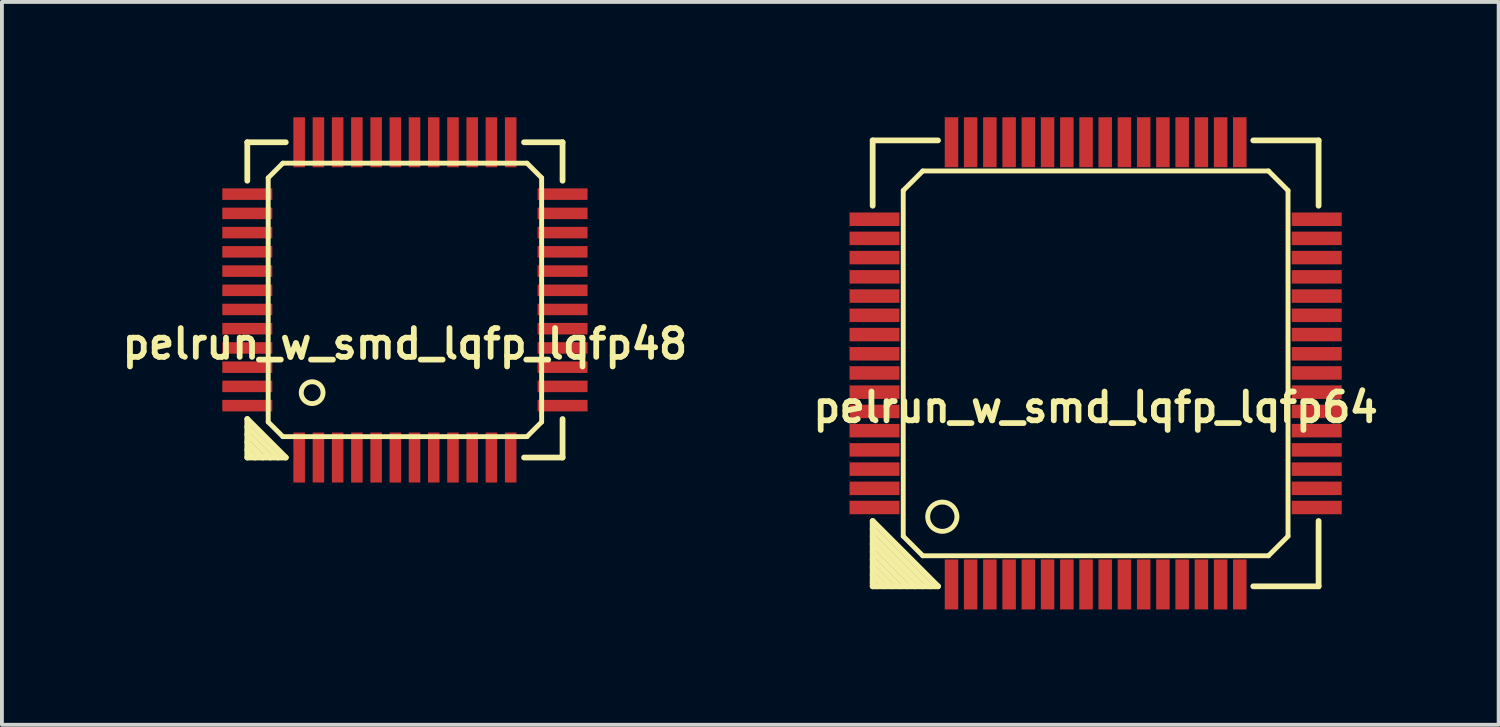
<source format=kicad_pcb>
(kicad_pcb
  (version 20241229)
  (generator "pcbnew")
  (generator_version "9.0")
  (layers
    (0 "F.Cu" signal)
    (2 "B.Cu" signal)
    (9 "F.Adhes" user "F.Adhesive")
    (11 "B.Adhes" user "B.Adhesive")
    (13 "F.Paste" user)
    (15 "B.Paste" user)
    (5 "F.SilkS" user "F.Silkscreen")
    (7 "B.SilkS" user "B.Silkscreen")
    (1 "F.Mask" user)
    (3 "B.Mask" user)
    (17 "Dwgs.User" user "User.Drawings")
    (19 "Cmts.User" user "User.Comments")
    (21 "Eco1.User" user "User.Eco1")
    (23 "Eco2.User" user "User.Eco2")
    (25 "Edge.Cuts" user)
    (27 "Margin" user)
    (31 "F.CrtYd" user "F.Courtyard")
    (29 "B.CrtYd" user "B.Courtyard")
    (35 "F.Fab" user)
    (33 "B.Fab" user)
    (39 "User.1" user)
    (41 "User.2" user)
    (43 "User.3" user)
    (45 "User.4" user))
  (footprint "pelrun_w_smd_lqfp_lqfp48"
    (layer "F.Cu")
    (at 7.482 4.75)
    (property "Reference" "pelrun_w_smd_lqfp_lqfp48" (at 0 1.143 0) (layer "F.SilkS") (effects (font (size 0.749 0.749) (thickness 0.15))))
    (attr through_hole)
    (fp_line (start -4.1 -4.1) (end -3.099 -4.1) (stroke (width 0.15) (type solid)) (layer "F.SilkS"))
    (fp_line (start -4.1 -3.099) (end -4.1 -4.1) (stroke (width 0.15) (type solid)) (layer "F.SilkS"))
    (fp_line (start -4.1 3.099) (end -3.099 4.1) (stroke (width 0.15) (type solid)) (layer "F.SilkS"))
    (fp_line (start -4.1 3.5) (end -3.5 4.1) (stroke (width 0.15) (type solid)) (layer "F.SilkS"))
    (fp_line (start -4.1 3.899) (end -3.899 4.1) (stroke (width 0.15) (type solid)) (layer "F.SilkS"))
    (fp_line (start -4.1 4.1) (end -4.1 3.099) (stroke (width 0.15) (type solid)) (layer "F.SilkS"))
    (fp_line (start -3.701 4.1) (end -4.1 3.701) (stroke (width 0.15) (type solid)) (layer "F.SilkS"))
    (fp_line (start -3.556 -3.175) (end -3.175 -3.556) (stroke (width 0.127) (type solid)) (layer "F.SilkS"))
    (fp_line (start -3.556 3.175) (end -3.556 -3.175) (stroke (width 0.127) (type solid)) (layer "F.SilkS"))
    (fp_line (start -3.299 4.1) (end -4.1 3.299) (stroke (width 0.15) (type solid)) (layer "F.SilkS"))
    (fp_line (start -3.175 -3.556) (end 3.175 -3.556) (stroke (width 0.127) (type solid)) (layer "F.SilkS"))
    (fp_line (start -3.175 3.556) (end -3.556 3.175) (stroke (width 0.127) (type solid)) (layer "F.SilkS"))
    (fp_line (start -3.099 4.1) (end -4.1 4.1) (stroke (width 0.15) (type solid)) (layer "F.SilkS"))
    (fp_line (start 3.099 -4.1) (end 4.1 -4.1) (stroke (width 0.15) (type solid)) (layer "F.SilkS"))
    (fp_line (start 3.175 -3.556) (end 3.556 -3.175) (stroke (width 0.127) (type solid)) (layer "F.SilkS"))
    (fp_line (start 3.175 3.556) (end -3.175 3.556) (stroke (width 0.127) (type solid)) (layer "F.SilkS"))
    (fp_line (start 3.556 -3.175) (end 3.556 3.175) (stroke (width 0.127) (type solid)) (layer "F.SilkS"))
    (fp_line (start 3.556 3.175) (end 3.175 3.556) (stroke (width 0.127) (type solid)) (layer "F.SilkS"))
    (fp_line (start 4.1 -4.1) (end 4.1 -3.099) (stroke (width 0.15) (type solid)) (layer "F.SilkS"))
    (fp_line (start 4.1 3.099) (end 4.1 4.1) (stroke (width 0.15) (type solid)) (layer "F.SilkS"))
    (fp_line (start 4.1 4.1) (end 3.099 4.1) (stroke (width 0.15) (type solid)) (layer "F.SilkS"))
    (fp_circle (center -2.413 2.413) (end -2.667 2.54) (stroke (width 0.127) (type solid)) (fill no) (layer "F.SilkS"))
    (pad "1" smd rect (at -2.751 4.1) (size 0.3 1.3) (layers "F.Cu" "F.Mask" "F.Paste"))
    (pad "2" smd rect (at -2.25 4.1) (size 0.3 1.3) (layers "F.Cu" "F.Mask" "F.Paste"))
    (pad "3" smd rect (at -1.75 4.1) (size 0.3 1.3) (layers "F.Cu" "F.Mask" "F.Paste"))
    (pad "4" smd rect (at -1.25 4.1) (size 0.3 1.3) (layers "F.Cu" "F.Mask" "F.Paste"))
    (pad "5" smd rect (at -0.749 4.1) (size 0.3 1.3) (layers "F.Cu" "F.Mask" "F.Paste"))
    (pad "6" smd rect (at -0.249 4.1) (size 0.3 1.3) (layers "F.Cu" "F.Mask" "F.Paste"))
    (pad "7" smd rect (at 0.249 4.1) (size 0.3 1.3) (layers "F.Cu" "F.Mask" "F.Paste"))
    (pad "8" smd rect (at 0.749 4.1) (size 0.3 1.3) (layers "F.Cu" "F.Mask" "F.Paste"))
    (pad "9" smd rect (at 1.25 4.1) (size 0.3 1.3) (layers "F.Cu" "F.Mask" "F.Paste"))
    (pad "10" smd rect (at 1.75 4.1) (size 0.3 1.3) (layers "F.Cu" "F.Mask" "F.Paste"))
    (pad "11" smd rect (at 2.25 4.1) (size 0.3 1.3) (layers "F.Cu" "F.Mask" "F.Paste"))
    (pad "12" smd rect (at 2.751 4.1) (size 0.3 1.3) (layers "F.Cu" "F.Mask" "F.Paste"))
    (pad "13" smd rect (at 4.1 2.751) (size 1.3 0.3) (layers "F.Cu" "F.Mask" "F.Paste"))
    (pad "14" smd rect (at 4.1 2.25) (size 1.3 0.3) (layers "F.Cu" "F.Mask" "F.Paste"))
    (pad "15" smd rect (at 4.1 1.75) (size 1.3 0.3) (layers "F.Cu" "F.Mask" "F.Paste"))
    (pad "16" smd rect (at 4.1 1.25) (size 1.3 0.3) (layers "F.Cu" "F.Mask" "F.Paste"))
    (pad "17" smd rect (at 4.1 0.749) (size 1.3 0.3) (layers "F.Cu" "F.Mask" "F.Paste"))
    (pad "18" smd rect (at 4.1 0.249) (size 1.3 0.3) (layers "F.Cu" "F.Mask" "F.Paste"))
    (pad "19" smd rect (at 4.1 -0.249) (size 1.3 0.3) (layers "F.Cu" "F.Mask" "F.Paste"))
    (pad "20" smd rect (at 4.1 -0.749) (size 1.3 0.3) (layers "F.Cu" "F.Mask" "F.Paste"))
    (pad "21" smd rect (at 4.1 -1.25) (size 1.3 0.3) (layers "F.Cu" "F.Mask" "F.Paste"))
    (pad "22" smd rect (at 4.1 -1.75) (size 1.3 0.3) (layers "F.Cu" "F.Mask" "F.Paste"))
    (pad "23" smd rect (at 4.1 -2.25) (size 1.3 0.3) (layers "F.Cu" "F.Mask" "F.Paste"))
    (pad "24" smd rect (at 4.1 -2.751) (size 1.3 0.3) (layers "F.Cu" "F.Mask" "F.Paste"))
    (pad "25" smd rect (at 2.751 -4.1) (size 0.3 1.3) (layers "F.Cu" "F.Mask" "F.Paste"))
    (pad "26" smd rect (at 2.25 -4.1) (size 0.3 1.3) (layers "F.Cu" "F.Mask" "F.Paste"))
    (pad "27" smd rect (at 1.75 -4.1) (size 0.3 1.3) (layers "F.Cu" "F.Mask" "F.Paste"))
    (pad "28" smd rect (at 1.25 -4.1) (size 0.3 1.3) (layers "F.Cu" "F.Mask" "F.Paste"))
    (pad "29" smd rect (at 0.749 -4.1) (size 0.3 1.3) (layers "F.Cu" "F.Mask" "F.Paste"))
    (pad "30" smd rect (at 0.249 -4.1) (size 0.3 1.3) (layers "F.Cu" "F.Mask" "F.Paste"))
    (pad "31" smd rect (at -0.249 -4.1) (size 0.3 1.3) (layers "F.Cu" "F.Mask" "F.Paste"))
    (pad "32" smd rect (at -0.749 -4.1) (size 0.3 1.3) (layers "F.Cu" "F.Mask" "F.Paste"))
    (pad "33" smd rect (at -1.25 -4.1) (size 0.3 1.3) (layers "F.Cu" "F.Mask" "F.Paste"))
    (pad "34" smd rect (at -1.75 -4.1) (size 0.3 1.3) (layers "F.Cu" "F.Mask" "F.Paste"))
    (pad "35" smd rect (at -2.25 -4.1) (size 0.3 1.3) (layers "F.Cu" "F.Mask" "F.Paste"))
    (pad "36" smd rect (at -2.751 -4.1) (size 0.3 1.3) (layers "F.Cu" "F.Mask" "F.Paste"))
    (pad "37" smd rect (at -4.1 -2.751) (size 1.3 0.3) (layers "F.Cu" "F.Mask" "F.Paste"))
    (pad "38" smd rect (at -4.1 -2.25) (size 1.3 0.3) (layers "F.Cu" "F.Mask" "F.Paste"))
    (pad "39" smd rect (at -4.1 -1.75) (size 1.3 0.3) (layers "F.Cu" "F.Mask" "F.Paste"))
    (pad "40" smd rect (at -4.1 -1.25) (size 1.3 0.3) (layers "F.Cu" "F.Mask" "F.Paste"))
    (pad "41" smd rect (at -4.1 -0.749) (size 1.3 0.3) (layers "F.Cu" "F.Mask" "F.Paste"))
    (pad "42" smd rect (at -4.1 -0.249) (size 1.3 0.3) (layers "F.Cu" "F.Mask" "F.Paste"))
    (pad "43" smd rect (at -4.1 0.249) (size 1.3 0.3) (layers "F.Cu" "F.Mask" "F.Paste"))
    (pad "44" smd rect (at -4.1 0.749) (size 1.3 0.3) (layers "F.Cu" "F.Mask" "F.Paste"))
    (pad "45" smd rect (at -4.1 1.25) (size 1.3 0.3) (layers "F.Cu" "F.Mask" "F.Paste"))
    (pad "46" smd rect (at -4.1 1.75) (size 1.3 0.3) (layers "F.Cu" "F.Mask" "F.Paste"))
    (pad "47" smd rect (at -4.1 2.25) (size 1.3 0.3) (layers "F.Cu" "F.Mask" "F.Paste"))
    (pad "48" smd rect (at -4.1 2.751) (size 1.3 0.3) (layers "F.Cu" "F.Mask" "F.Paste")))
  (footprint "pelrun_w_smd_lqfp_lqfp64"
    (layer "F.Cu")
    (at 25.447 6.401)
    (property "Reference" "pelrun_w_smd_lqfp_lqfp64" (at 0 1.143 0) (layer "F.SilkS") (effects (font (size 0.749 0.749) (thickness 0.15))))
    (attr through_hole)
    (fp_line (start -5.799 -5.799) (end -4.1 -5.799) (stroke (width 0.15) (type solid)) (layer "F.SilkS"))
    (fp_line (start -5.799 -4.1) (end -5.799 -5.799) (stroke (width 0.15) (type solid)) (layer "F.SilkS"))
    (fp_line (start -5.799 4.1) (end -4.1 5.799) (stroke (width 0.15) (type solid)) (layer "F.SilkS"))
    (fp_line (start -5.799 4.501) (end -4.501 5.799) (stroke (width 0.15) (type solid)) (layer "F.SilkS"))
    (fp_line (start -5.799 4.9) (end -4.9 5.799) (stroke (width 0.15) (type solid)) (layer "F.SilkS"))
    (fp_line (start -5.799 5.301) (end -5.301 5.799) (stroke (width 0.15) (type solid)) (layer "F.SilkS"))
    (fp_line (start -5.799 5.7) (end -5.7 5.799) (stroke (width 0.15) (type solid)) (layer "F.SilkS"))
    (fp_line (start -5.799 5.799) (end -5.799 4.1) (stroke (width 0.15) (type solid)) (layer "F.SilkS"))
    (fp_line (start -5.499 5.799) (end -5.799 5.499) (stroke (width 0.15) (type solid)) (layer "F.SilkS"))
    (fp_line (start -5.1 5.799) (end -5.799 5.1) (stroke (width 0.15) (type solid)) (layer "F.SilkS"))
    (fp_line (start -5.004 -4.496) (end -4.496 -5.004) (stroke (width 0.127) (type solid)) (layer "F.SilkS"))
    (fp_line (start -5.004 4.496) (end -5.004 -4.496) (stroke (width 0.127) (type solid)) (layer "F.SilkS"))
    (fp_line (start -4.699 5.799) (end -5.799 4.699) (stroke (width 0.15) (type solid)) (layer "F.SilkS"))
    (fp_line (start -4.496 -5.004) (end 4.496 -5.004) (stroke (width 0.127) (type solid)) (layer "F.SilkS"))
    (fp_line (start -4.496 5.004) (end -5.004 4.496) (stroke (width 0.127) (type solid)) (layer "F.SilkS"))
    (fp_line (start -4.3 5.799) (end -5.799 4.3) (stroke (width 0.15) (type solid)) (layer "F.SilkS"))
    (fp_line (start -4.1 5.799) (end -5.799 5.799) (stroke (width 0.15) (type solid)) (layer "F.SilkS"))
    (fp_line (start 4.1 -5.799) (end 5.799 -5.799) (stroke (width 0.15) (type solid)) (layer "F.SilkS"))
    (fp_line (start 4.496 -5.004) (end 5.004 -4.496) (stroke (width 0.127) (type solid)) (layer "F.SilkS"))
    (fp_line (start 4.496 5.004) (end -4.496 5.004) (stroke (width 0.127) (type solid)) (layer "F.SilkS"))
    (fp_line (start 5.004 4.496) (end 4.496 5.004) (stroke (width 0.127) (type solid)) (layer "F.SilkS"))
    (fp_line (start 5.004 4.496) (end 5.004 -4.496) (stroke (width 0.127) (type solid)) (layer "F.SilkS"))
    (fp_line (start 5.799 -5.799) (end 5.799 -4.1) (stroke (width 0.15) (type solid)) (layer "F.SilkS"))
    (fp_line (start 5.799 4.1) (end 5.799 5.799) (stroke (width 0.15) (type solid)) (layer "F.SilkS"))
    (fp_line (start 5.799 5.799) (end 4.1 5.799) (stroke (width 0.15) (type solid)) (layer "F.SilkS"))
    (fp_circle (center -3.988 3.988) (end -4.216 4.293) (stroke (width 0.127) (type solid)) (fill no) (layer "F.SilkS"))
    (pad "1" smd rect (at -3.749 5.751) (size 0.351 1.3) (layers "F.Cu" "F.Mask" "F.Paste"))
    (pad "2" smd rect (at -3.251 5.751) (size 0.351 1.3) (layers "F.Cu" "F.Mask" "F.Paste"))
    (pad "3" smd rect (at -2.751 5.751) (size 0.351 1.3) (layers "F.Cu" "F.Mask" "F.Paste"))
    (pad "4" smd rect (at -2.25 5.751) (size 0.351 1.3) (layers "F.Cu" "F.Mask" "F.Paste"))
    (pad "5" smd rect (at -1.75 5.751) (size 0.351 1.3) (layers "F.Cu" "F.Mask" "F.Paste"))
    (pad "6" smd rect (at -1.25 5.751) (size 0.351 1.3) (layers "F.Cu" "F.Mask" "F.Paste"))
    (pad "7" smd rect (at -0.749 5.751) (size 0.351 1.3) (layers "F.Cu" "F.Mask" "F.Paste"))
    (pad "8" smd rect (at -0.249 5.751) (size 0.351 1.3) (layers "F.Cu" "F.Mask" "F.Paste"))
    (pad "9" smd rect (at 0.249 5.751) (size 0.351 1.3) (layers "F.Cu" "F.Mask" "F.Paste"))
    (pad "10" smd rect (at 0.749 5.751) (size 0.351 1.3) (layers "F.Cu" "F.Mask" "F.Paste"))
    (pad "11" smd rect (at 1.25 5.751) (size 0.351 1.3) (layers "F.Cu" "F.Mask" "F.Paste"))
    (pad "12" smd rect (at 1.75 5.751) (size 0.351 1.3) (layers "F.Cu" "F.Mask" "F.Paste"))
    (pad "13" smd rect (at 2.25 5.751) (size 0.351 1.3) (layers "F.Cu" "F.Mask" "F.Paste"))
    (pad "14" smd rect (at 2.751 5.751) (size 0.351 1.3) (layers "F.Cu" "F.Mask" "F.Paste"))
    (pad "15" smd rect (at 3.251 5.751) (size 0.351 1.3) (layers "F.Cu" "F.Mask" "F.Paste"))
    (pad "16" smd rect (at 3.749 5.751) (size 0.351 1.3) (layers "F.Cu" "F.Mask" "F.Paste"))
    (pad "17" smd rect (at 5.751 3.749) (size 1.3 0.351) (layers "F.Cu" "F.Mask" "F.Paste"))
    (pad "18" smd rect (at 5.751 3.251) (size 1.3 0.351) (layers "F.Cu" "F.Mask" "F.Paste"))
    (pad "19" smd rect (at 5.751 2.751) (size 1.3 0.351) (layers "F.Cu" "F.Mask" "F.Paste"))
    (pad "20" smd rect (at 5.751 2.25) (size 1.3 0.351) (layers "F.Cu" "F.Mask" "F.Paste"))
    (pad "21" smd rect (at 5.751 1.75) (size 1.3 0.351) (layers "F.Cu" "F.Mask" "F.Paste"))
    (pad "22" smd rect (at 5.751 1.25) (size 1.3 0.351) (layers "F.Cu" "F.Mask" "F.Paste"))
    (pad "23" smd rect (at 5.751 0.749) (size 1.3 0.351) (layers "F.Cu" "F.Mask" "F.Paste"))
    (pad "24" smd rect (at 5.751 0.249) (size 1.3 0.351) (layers "F.Cu" "F.Mask" "F.Paste"))
    (pad "25" smd rect (at 5.751 -0.249) (size 1.3 0.351) (layers "F.Cu" "F.Mask" "F.Paste"))
    (pad "26" smd rect (at 5.751 -0.749) (size 1.3 0.351) (layers "F.Cu" "F.Mask" "F.Paste"))
    (pad "27" smd rect (at 5.751 -1.25) (size 1.3 0.351) (layers "F.Cu" "F.Mask" "F.Paste"))
    (pad "28" smd rect (at 5.751 -1.75) (size 1.3 0.351) (layers "F.Cu" "F.Mask" "F.Paste"))
    (pad "29" smd rect (at 5.751 -2.25) (size 1.3 0.351) (layers "F.Cu" "F.Mask" "F.Paste"))
    (pad "30" smd rect (at 5.751 -2.751) (size 1.3 0.351) (layers "F.Cu" "F.Mask" "F.Paste"))
    (pad "31" smd rect (at 5.751 -3.251) (size 1.3 0.351) (layers "F.Cu" "F.Mask" "F.Paste"))
    (pad "32" smd rect (at 5.751 -3.749) (size 1.3 0.351) (layers "F.Cu" "F.Mask" "F.Paste"))
    (pad "33" smd rect (at 3.749 -5.751) (size 0.351 1.3) (layers "F.Cu" "F.Mask" "F.Paste"))
    (pad "34" smd rect (at 3.251 -5.751) (size 0.351 1.3) (layers "F.Cu" "F.Mask" "F.Paste"))
    (pad "35" smd rect (at 2.751 -5.751) (size 0.351 1.3) (layers "F.Cu" "F.Mask" "F.Paste"))
    (pad "36" smd rect (at 2.25 -5.751) (size 0.351 1.3) (layers "F.Cu" "F.Mask" "F.Paste"))
    (pad "37" smd rect (at 1.75 -5.751) (size 0.351 1.3) (layers "F.Cu" "F.Mask" "F.Paste"))
    (pad "38" smd rect (at 1.25 -5.751) (size 0.351 1.3) (layers "F.Cu" "F.Mask" "F.Paste"))
    (pad "39" smd rect (at 0.749 -5.751) (size 0.351 1.3) (layers "F.Cu" "F.Mask" "F.Paste"))
    (pad "40" smd rect (at 0.249 -5.751) (size 0.351 1.3) (layers "F.Cu" "F.Mask" "F.Paste"))
    (pad "41" smd rect (at -0.249 -5.751) (size 0.351 1.3) (layers "F.Cu" "F.Mask" "F.Paste"))
    (pad "42" smd rect (at -0.749 -5.751) (size 0.351 1.3) (layers "F.Cu" "F.Mask" "F.Paste"))
    (pad "43" smd rect (at -1.25 -5.751) (size 0.351 1.3) (layers "F.Cu" "F.Mask" "F.Paste"))
    (pad "44" smd rect (at -1.75 -5.751) (size 0.351 1.3) (layers "F.Cu" "F.Mask" "F.Paste"))
    (pad "45" smd rect (at -2.25 -5.751) (size 0.351 1.3) (layers "F.Cu" "F.Mask" "F.Paste"))
    (pad "46" smd rect (at -2.751 -5.751) (size 0.351 1.3) (layers "F.Cu" "F.Mask" "F.Paste"))
    (pad "47" smd rect (at -3.251 -5.751) (size 0.351 1.3) (layers "F.Cu" "F.Mask" "F.Paste"))
    (pad "48" smd rect (at -3.749 -5.751) (size 0.351 1.3) (layers "F.Cu" "F.Mask" "F.Paste"))
    (pad "49" smd rect (at -5.751 -3.749) (size 1.3 0.351) (layers "F.Cu" "F.Mask" "F.Paste"))
    (pad "50" smd rect (at -5.751 -3.251) (size 1.3 0.351) (layers "F.Cu" "F.Mask" "F.Paste"))
    (pad "51" smd rect (at -5.751 -2.751) (size 1.3 0.351) (layers "F.Cu" "F.Mask" "F.Paste"))
    (pad "52" smd rect (at -5.751 -2.25) (size 1.3 0.351) (layers "F.Cu" "F.Mask" "F.Paste"))
    (pad "53" smd rect (at -5.751 -1.75) (size 1.3 0.351) (layers "F.Cu" "F.Mask" "F.Paste"))
    (pad "54" smd rect (at -5.751 -1.25) (size 1.3 0.351) (layers "F.Cu" "F.Mask" "F.Paste"))
    (pad "55" smd rect (at -5.751 -0.749) (size 1.3 0.351) (layers "F.Cu" "F.Mask" "F.Paste"))
    (pad "56" smd rect (at -5.751 -0.249) (size 1.3 0.351) (layers "F.Cu" "F.Mask" "F.Paste"))
    (pad "57" smd rect (at -5.751 0.249) (size 1.3 0.351) (layers "F.Cu" "F.Mask" "F.Paste"))
    (pad "58" smd rect (at -5.751 0.749) (size 1.3 0.351) (layers "F.Cu" "F.Mask" "F.Paste"))
    (pad "59" smd rect (at -5.751 1.25) (size 1.3 0.351) (layers "F.Cu" "F.Mask" "F.Paste"))
    (pad "60" smd rect (at -5.751 1.75) (size 1.3 0.351) (layers "F.Cu" "F.Mask" "F.Paste"))
    (pad "61" smd rect (at -5.751 2.25) (size 1.3 0.351) (layers "F.Cu" "F.Mask" "F.Paste"))
    (pad "62" smd rect (at -5.751 2.751) (size 1.3 0.351) (layers "F.Cu" "F.Mask" "F.Paste"))
    (pad "63" smd rect (at -5.751 3.251) (size 1.3 0.351) (layers "F.Cu" "F.Mask" "F.Paste"))
    (pad "64" smd rect (at -5.751 3.749) (size 1.3 0.351) (layers "F.Cu" "F.Mask" "F.Paste")))
  (gr_rect
    (start -3 -3)
    (end 35.929 15.802)
    (stroke (width 0.1) (type default))
    (fill no)
    (layer "Edge.Cuts")))
</source>
